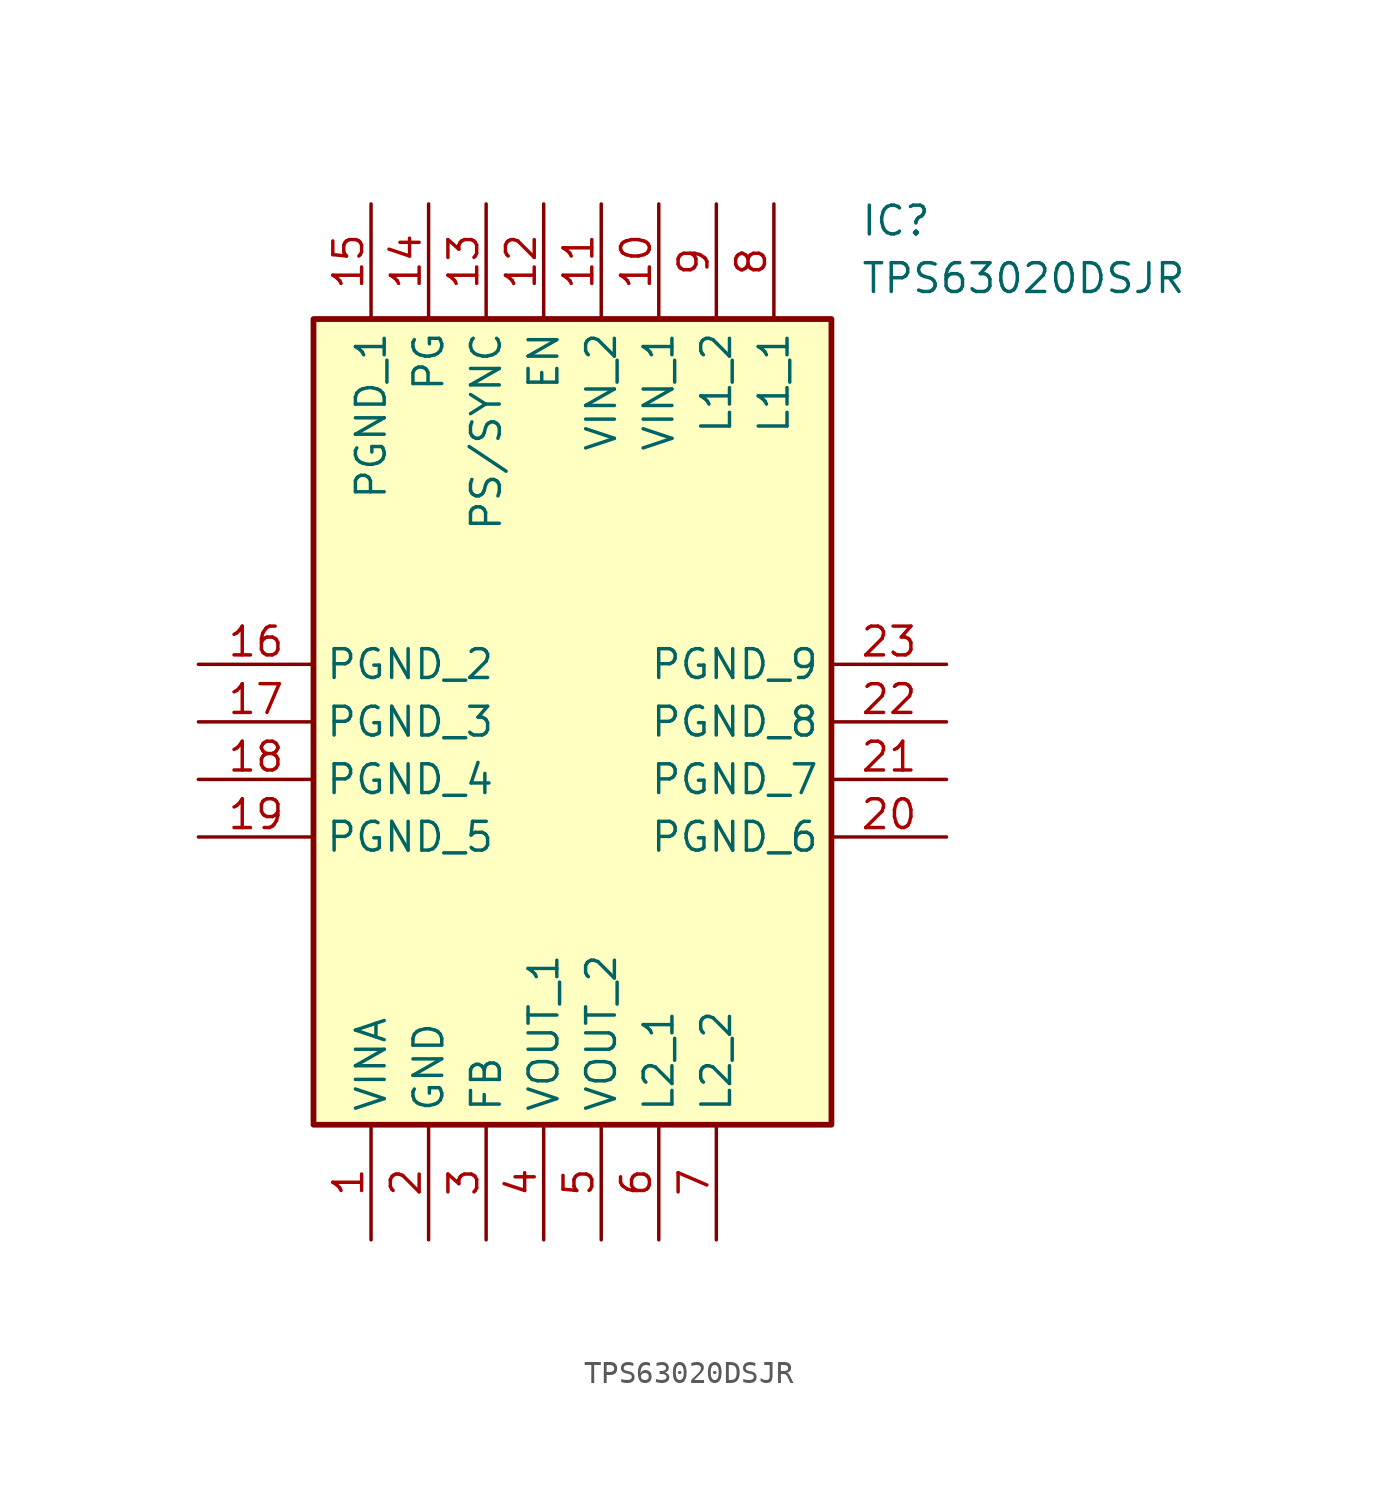
<source format=kicad_sym>
(kicad_symbol_lib
  (version 20211014)
  (generator SamacSys_ECAD_Model)
  (symbol "TPS63020DSJR"
    (property "Reference" "IC"
      (at 29.21 20.32 0)
      (effects (font (size 1.27 1.27)) (justify left top)))
    (property "Value" "TPS63020DSJR"
      (at 29.21 17.78 0)
      (effects (font (size 1.27 1.27)) (justify left top)))
    (rectangle
      (start 5.08 15.24)
      (end 27.94 -20.32)
      (stroke (width 0.254) (type default))
      (fill (type background)))
    (pin passive line
      (at 7.62 -25.4 90)
      (length 5.08)
      (name "VINA" (effects (font (size 1.27 1.27))))
      (number "1" (effects (font (size 1.27 1.27)))))
    (pin passive line
      (at 10.16 -25.4 90)
      (length 5.08)
      (name "GND" (effects (font (size 1.27 1.27))))
      (number "2" (effects (font (size 1.27 1.27)))))
    (pin passive line
      (at 12.7 -25.4 90)
      (length 5.08)
      (name "FB" (effects (font (size 1.27 1.27))))
      (number "3" (effects (font (size 1.27 1.27)))))
    (pin passive line
      (at 15.24 -25.4 90)
      (length 5.08)
      (name "VOUT_1" (effects (font (size 1.27 1.27))))
      (number "4" (effects (font (size 1.27 1.27)))))
    (pin passive line
      (at 17.78 -25.4 90)
      (length 5.08)
      (name "VOUT_2" (effects (font (size 1.27 1.27))))
      (number "5" (effects (font (size 1.27 1.27)))))
    (pin passive line
      (at 20.32 -25.4 90)
      (length 5.08)
      (name "L2_1" (effects (font (size 1.27 1.27))))
      (number "6" (effects (font (size 1.27 1.27)))))
    (pin passive line
      (at 22.86 -25.4 90)
      (length 5.08)
      (name "L2_2" (effects (font (size 1.27 1.27))))
      (number "7" (effects (font (size 1.27 1.27)))))
    (pin passive line
      (at 25.4 20.32 270)
      (length 5.08)
      (name "L1_1" (effects (font (size 1.27 1.27))))
      (number "8" (effects (font (size 1.27 1.27)))))
    (pin passive line
      (at 22.86 20.32 270)
      (length 5.08)
      (name "L1_2" (effects (font (size 1.27 1.27))))
      (number "9" (effects (font (size 1.27 1.27)))))
    (pin passive line
      (at 20.32 20.32 270)
      (length 5.08)
      (name "VIN_1" (effects (font (size 1.27 1.27))))
      (number "10" (effects (font (size 1.27 1.27)))))
    (pin passive line
      (at 17.78 20.32 270)
      (length 5.08)
      (name "VIN_2" (effects (font (size 1.27 1.27))))
      (number "11" (effects (font (size 1.27 1.27)))))
    (pin passive line
      (at 15.24 20.32 270)
      (length 5.08)
      (name "EN" (effects (font (size 1.27 1.27))))
      (number "12" (effects (font (size 1.27 1.27)))))
    (pin passive line
      (at 12.7 20.32 270)
      (length 5.08)
      (name "PS/SYNC" (effects (font (size 1.27 1.27))))
      (number "13" (effects (font (size 1.27 1.27)))))
    (pin passive line
      (at 10.16 20.32 270)
      (length 5.08)
      (name "PG" (effects (font (size 1.27 1.27))))
      (number "14" (effects (font (size 1.27 1.27)))))
    (pin passive line
      (at 7.62 20.32 270)
      (length 5.08)
      (name "PGND_1" (effects (font (size 1.27 1.27))))
      (number "15" (effects (font (size 1.27 1.27)))))
    (pin passive line
      (at 0 0 0)
      (length 5.08)
      (name "PGND_2" (effects (font (size 1.27 1.27))))
      (number "16" (effects (font (size 1.27 1.27)))))
    (pin passive line
      (at 0 -2.54 0)
      (length 5.08)
      (name "PGND_3" (effects (font (size 1.27 1.27))))
      (number "17" (effects (font (size 1.27 1.27)))))
    (pin passive line
      (at 0 -5.08 0)
      (length 5.08)
      (name "PGND_4" (effects (font (size 1.27 1.27))))
      (number "18" (effects (font (size 1.27 1.27)))))
    (pin passive line
      (at 0 -7.62 0)
      (length 5.08)
      (name "PGND_5" (effects (font (size 1.27 1.27))))
      (number "19" (effects (font (size 1.27 1.27)))))
    (pin passive line
      (at 33.02 -7.62 180)
      (length 5.08)
      (name "PGND_6" (effects (font (size 1.27 1.27))))
      (number "20" (effects (font (size 1.27 1.27)))))
    (pin passive line
      (at 33.02 -5.08 180)
      (length 5.08)
      (name "PGND_7" (effects (font (size 1.27 1.27))))
      (number "21" (effects (font (size 1.27 1.27)))))
    (pin passive line
      (at 33.02 -2.54 180)
      (length 5.08)
      (name "PGND_8" (effects (font (size 1.27 1.27))))
      (number "22" (effects (font (size 1.27 1.27)))))
    (pin passive line
      (at 33.02 0 180)
      (length 5.08)
      (name "PGND_9" (effects (font (size 1.27 1.27))))
      (number "23" (effects (font (size 1.27 1.27)))))))
</source>
